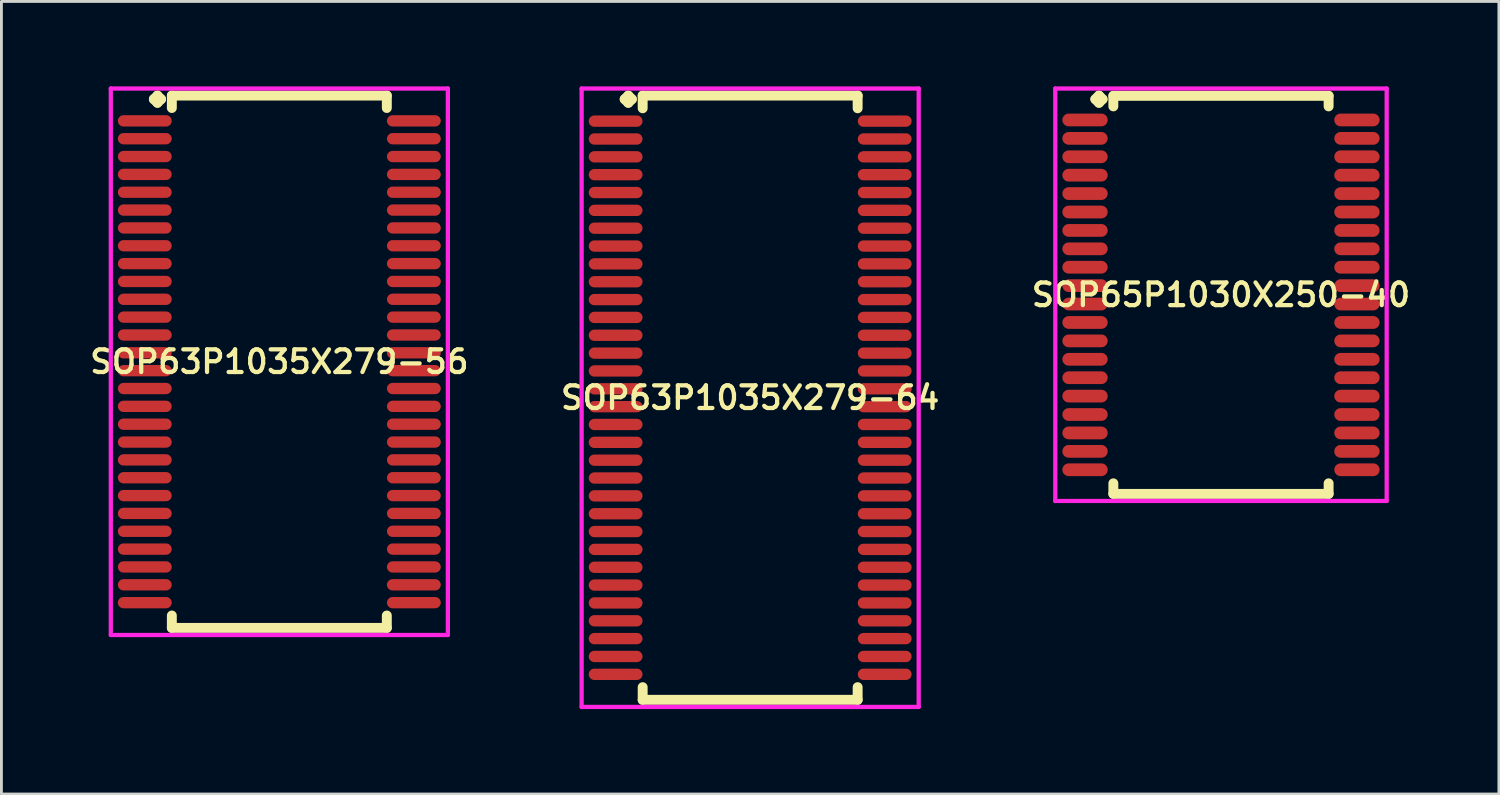
<source format=kicad_pcb>
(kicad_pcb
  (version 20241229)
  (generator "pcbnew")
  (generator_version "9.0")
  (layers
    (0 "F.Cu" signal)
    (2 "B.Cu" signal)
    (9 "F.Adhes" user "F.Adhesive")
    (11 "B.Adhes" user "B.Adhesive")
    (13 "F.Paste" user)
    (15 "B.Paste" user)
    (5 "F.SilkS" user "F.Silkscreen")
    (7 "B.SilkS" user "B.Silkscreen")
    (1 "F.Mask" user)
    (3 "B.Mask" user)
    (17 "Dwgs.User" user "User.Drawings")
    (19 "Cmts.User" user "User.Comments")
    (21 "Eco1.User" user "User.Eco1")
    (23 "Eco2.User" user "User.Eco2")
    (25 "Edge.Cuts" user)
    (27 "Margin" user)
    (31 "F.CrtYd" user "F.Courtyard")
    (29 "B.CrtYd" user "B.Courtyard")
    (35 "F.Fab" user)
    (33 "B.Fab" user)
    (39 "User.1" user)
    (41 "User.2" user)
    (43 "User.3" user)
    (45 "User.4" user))
  (footprint "SOP65P1030X250-40"
    (layer "F.Cu")
    (at 40.058 7.36)
    (property "Reference" "SOP65P1030X250-40" (at 0 0 0) (layer "F.SilkS") (effects (font (size 0.8 0.8) (thickness 0.15))))
    (attr smd)
    (fp_line (start -4.435 -6.908) (end -4.308 -7.035) (stroke (width 0.35) (type solid)) (layer "F.SilkS"))
    (fp_line (start -4.308 -7.035) (end -4.181 -6.908) (stroke (width 0.35) (type solid)) (layer "F.SilkS"))
    (fp_line (start -4.308 -6.781) (end -4.435 -6.908) (stroke (width 0.35) (type solid)) (layer "F.SilkS"))
    (fp_line (start -4.181 -6.908) (end -4.308 -6.781) (stroke (width 0.35) (type solid)) (layer "F.SilkS"))
    (fp_line (start -3.8 -7.027) (end 3.8 -7.027) (stroke (width 0.35) (type solid)) (layer "F.SilkS"))
    (fp_line (start -3.8 -6.654) (end -3.8 -7.027) (stroke (width 0.35) (type solid)) (layer "F.SilkS"))
    (fp_line (start -3.8 6.654) (end -3.8 7.027) (stroke (width 0.35) (type solid)) (layer "F.SilkS"))
    (fp_line (start -3.8 7.027) (end 3.8 7.027) (stroke (width 0.35) (type solid)) (layer "F.SilkS"))
    (fp_line (start 3.8 -7.027) (end 3.8 -6.654) (stroke (width 0.35) (type solid)) (layer "F.SilkS"))
    (fp_line (start 3.8 7.027) (end 3.8 6.654) (stroke (width 0.35) (type solid)) (layer "F.SilkS"))
    (fp_line (start -5.85 -7.285) (end 5.85 -7.285) (stroke (width 0.15) (type solid)) (layer "F.CrtYd"))
    (fp_line (start -5.85 7.277) (end -5.85 -7.285) (stroke (width 0.15) (type solid)) (layer "F.CrtYd"))
    (fp_line (start 5.85 -7.285) (end 5.85 7.277) (stroke (width 0.15) (type solid)) (layer "F.CrtYd"))
    (fp_line (start 5.85 7.277) (end -5.85 7.277) (stroke (width 0.15) (type solid)) (layer "F.CrtYd"))
    (pad "1" smd oval (at -4.8 -6.175) (size 1.6 0.45) (layers "F.Cu" "F.Mask" "F.Paste"))
    (pad "2" smd oval (at -4.8 -5.525) (size 1.6 0.45) (layers "F.Cu" "F.Mask" "F.Paste"))
    (pad "3" smd oval (at -4.8 -4.875) (size 1.6 0.45) (layers "F.Cu" "F.Mask" "F.Paste"))
    (pad "4" smd oval (at -4.8 -4.225) (size 1.6 0.45) (layers "F.Cu" "F.Mask" "F.Paste"))
    (pad "5" smd oval (at -4.8 -3.575) (size 1.6 0.45) (layers "F.Cu" "F.Mask" "F.Paste"))
    (pad "6" smd oval (at -4.8 -2.925) (size 1.6 0.45) (layers "F.Cu" "F.Mask" "F.Paste"))
    (pad "7" smd oval (at -4.8 -2.275) (size 1.6 0.45) (layers "F.Cu" "F.Mask" "F.Paste"))
    (pad "8" smd oval (at -4.8 -1.625) (size 1.6 0.45) (layers "F.Cu" "F.Mask" "F.Paste"))
    (pad "9" smd oval (at -4.8 -0.975) (size 1.6 0.45) (layers "F.Cu" "F.Mask" "F.Paste"))
    (pad "10" smd oval (at -4.8 -0.325) (size 1.6 0.45) (layers "F.Cu" "F.Mask" "F.Paste"))
    (pad "11" smd oval (at -4.8 0.325) (size 1.6 0.45) (layers "F.Cu" "F.Mask" "F.Paste"))
    (pad "12" smd oval (at -4.8 0.975) (size 1.6 0.45) (layers "F.Cu" "F.Mask" "F.Paste"))
    (pad "13" smd oval (at -4.8 1.625) (size 1.6 0.45) (layers "F.Cu" "F.Mask" "F.Paste"))
    (pad "14" smd oval (at -4.8 2.275) (size 1.6 0.45) (layers "F.Cu" "F.Mask" "F.Paste"))
    (pad "15" smd oval (at -4.8 2.925) (size 1.6 0.45) (layers "F.Cu" "F.Mask" "F.Paste"))
    (pad "16" smd oval (at -4.8 3.575) (size 1.6 0.45) (layers "F.Cu" "F.Mask" "F.Paste"))
    (pad "17" smd oval (at -4.8 4.225) (size 1.6 0.45) (layers "F.Cu" "F.Mask" "F.Paste"))
    (pad "18" smd oval (at -4.8 4.875) (size 1.6 0.45) (layers "F.Cu" "F.Mask" "F.Paste"))
    (pad "19" smd oval (at -4.8 5.525) (size 1.6 0.45) (layers "F.Cu" "F.Mask" "F.Paste"))
    (pad "20" smd oval (at -4.8 6.175) (size 1.6 0.45) (layers "F.Cu" "F.Mask" "F.Paste"))
    (pad "21" smd oval (at 4.8 6.175) (size 1.6 0.45) (layers "F.Cu" "F.Mask" "F.Paste"))
    (pad "22" smd oval (at 4.8 5.525) (size 1.6 0.45) (layers "F.Cu" "F.Mask" "F.Paste"))
    (pad "23" smd oval (at 4.8 4.875) (size 1.6 0.45) (layers "F.Cu" "F.Mask" "F.Paste"))
    (pad "24" smd oval (at 4.8 4.225) (size 1.6 0.45) (layers "F.Cu" "F.Mask" "F.Paste"))
    (pad "25" smd oval (at 4.8 3.575) (size 1.6 0.45) (layers "F.Cu" "F.Mask" "F.Paste"))
    (pad "26" smd oval (at 4.8 2.925) (size 1.6 0.45) (layers "F.Cu" "F.Mask" "F.Paste"))
    (pad "27" smd oval (at 4.8 2.275) (size 1.6 0.45) (layers "F.Cu" "F.Mask" "F.Paste"))
    (pad "28" smd oval (at 4.8 1.625) (size 1.6 0.45) (layers "F.Cu" "F.Mask" "F.Paste"))
    (pad "29" smd oval (at 4.8 0.975) (size 1.6 0.45) (layers "F.Cu" "F.Mask" "F.Paste"))
    (pad "30" smd oval (at 4.8 0.325) (size 1.6 0.45) (layers "F.Cu" "F.Mask" "F.Paste"))
    (pad "31" smd oval (at 4.8 -0.325) (size 1.6 0.45) (layers "F.Cu" "F.Mask" "F.Paste"))
    (pad "32" smd oval (at 4.8 -0.975) (size 1.6 0.45) (layers "F.Cu" "F.Mask" "F.Paste"))
    (pad "33" smd oval (at 4.8 -1.625) (size 1.6 0.45) (layers "F.Cu" "F.Mask" "F.Paste"))
    (pad "34" smd oval (at 4.8 -2.275) (size 1.6 0.45) (layers "F.Cu" "F.Mask" "F.Paste"))
    (pad "35" smd oval (at 4.8 -2.925) (size 1.6 0.45) (layers "F.Cu" "F.Mask" "F.Paste"))
    (pad "36" smd oval (at 4.8 -3.575) (size 1.6 0.45) (layers "F.Cu" "F.Mask" "F.Paste"))
    (pad "37" smd oval (at 4.8 -4.225) (size 1.6 0.45) (layers "F.Cu" "F.Mask" "F.Paste"))
    (pad "38" smd oval (at 4.8 -4.875) (size 1.6 0.45) (layers "F.Cu" "F.Mask" "F.Paste"))
    (pad "39" smd oval (at 4.8 -5.525) (size 1.6 0.45) (layers "F.Cu" "F.Mask" "F.Paste"))
    (pad "40" smd oval (at 4.8 -6.175) (size 1.6 0.45) (layers "F.Cu" "F.Mask" "F.Paste")))
  (footprint "SOP63P1035X279-64"
    (layer "F.Cu")
    (at 23.435 10.992)
    (property "Reference" "SOP63P1035X279-64" (at 0 0 0) (layer "F.SilkS") (effects (font (size 0.8 0.8) (thickness 0.15))))
    (attr smd)
    (fp_line (start -4.43 -10.54) (end -4.303 -10.667) (stroke (width 0.35) (type solid)) (layer "F.SilkS"))
    (fp_line (start -4.303 -10.667) (end -4.176 -10.54) (stroke (width 0.35) (type solid)) (layer "F.SilkS"))
    (fp_line (start -4.303 -10.413) (end -4.43 -10.54) (stroke (width 0.35) (type solid)) (layer "F.SilkS"))
    (fp_line (start -4.176 -10.54) (end -4.303 -10.413) (stroke (width 0.35) (type solid)) (layer "F.SilkS"))
    (fp_line (start -3.795 -10.667) (end 3.795 -10.667) (stroke (width 0.35) (type solid)) (layer "F.SilkS"))
    (fp_line (start -3.795 -10.219) (end -3.795 -10.667) (stroke (width 0.35) (type solid)) (layer "F.SilkS"))
    (fp_line (start -3.795 10.219) (end -3.795 10.667) (stroke (width 0.35) (type solid)) (layer "F.SilkS"))
    (fp_line (start -3.795 10.667) (end 3.795 10.667) (stroke (width 0.35) (type solid)) (layer "F.SilkS"))
    (fp_line (start 3.795 -10.667) (end 3.795 -10.219) (stroke (width 0.35) (type solid)) (layer "F.SilkS"))
    (fp_line (start 3.795 10.667) (end 3.795 10.219) (stroke (width 0.35) (type solid)) (layer "F.SilkS"))
    (fp_line (start -5.95 -10.917) (end 5.95 -10.917) (stroke (width 0.15) (type solid)) (layer "F.CrtYd"))
    (fp_line (start -5.95 10.917) (end -5.95 -10.917) (stroke (width 0.15) (type solid)) (layer "F.CrtYd"))
    (fp_line (start 5.95 -10.917) (end 5.95 10.917) (stroke (width 0.15) (type solid)) (layer "F.CrtYd"))
    (fp_line (start 5.95 10.917) (end -5.95 10.917) (stroke (width 0.15) (type solid)) (layer "F.CrtYd"))
    (pad "1" smd oval (at -4.75 -9.765) (size 1.9 0.4) (layers "F.Cu" "F.Mask" "F.Paste"))
    (pad "2" smd oval (at -4.75 -9.135) (size 1.9 0.4) (layers "F.Cu" "F.Mask" "F.Paste"))
    (pad "3" smd oval (at -4.75 -8.505) (size 1.9 0.4) (layers "F.Cu" "F.Mask" "F.Paste"))
    (pad "4" smd oval (at -4.75 -7.875) (size 1.9 0.4) (layers "F.Cu" "F.Mask" "F.Paste"))
    (pad "5" smd oval (at -4.75 -7.245) (size 1.9 0.4) (layers "F.Cu" "F.Mask" "F.Paste"))
    (pad "6" smd oval (at -4.75 -6.615) (size 1.9 0.4) (layers "F.Cu" "F.Mask" "F.Paste"))
    (pad "7" smd oval (at -4.75 -5.985) (size 1.9 0.4) (layers "F.Cu" "F.Mask" "F.Paste"))
    (pad "8" smd oval (at -4.75 -5.355) (size 1.9 0.4) (layers "F.Cu" "F.Mask" "F.Paste"))
    (pad "9" smd oval (at -4.75 -4.725) (size 1.9 0.4) (layers "F.Cu" "F.Mask" "F.Paste"))
    (pad "10" smd oval (at -4.75 -4.095) (size 1.9 0.4) (layers "F.Cu" "F.Mask" "F.Paste"))
    (pad "11" smd oval (at -4.75 -3.465) (size 1.9 0.4) (layers "F.Cu" "F.Mask" "F.Paste"))
    (pad "12" smd oval (at -4.75 -2.835) (size 1.9 0.4) (layers "F.Cu" "F.Mask" "F.Paste"))
    (pad "13" smd oval (at -4.75 -2.205) (size 1.9 0.4) (layers "F.Cu" "F.Mask" "F.Paste"))
    (pad "14" smd oval (at -4.75 -1.575) (size 1.9 0.4) (layers "F.Cu" "F.Mask" "F.Paste"))
    (pad "15" smd oval (at -4.75 -0.945) (size 1.9 0.4) (layers "F.Cu" "F.Mask" "F.Paste"))
    (pad "16" smd oval (at -4.75 -0.315) (size 1.9 0.4) (layers "F.Cu" "F.Mask" "F.Paste"))
    (pad "17" smd oval (at -4.75 0.315) (size 1.9 0.4) (layers "F.Cu" "F.Mask" "F.Paste"))
    (pad "18" smd oval (at -4.75 0.945) (size 1.9 0.4) (layers "F.Cu" "F.Mask" "F.Paste"))
    (pad "19" smd oval (at -4.75 1.575) (size 1.9 0.4) (layers "F.Cu" "F.Mask" "F.Paste"))
    (pad "20" smd oval (at -4.75 2.205) (size 1.9 0.4) (layers "F.Cu" "F.Mask" "F.Paste"))
    (pad "21" smd oval (at -4.75 2.835) (size 1.9 0.4) (layers "F.Cu" "F.Mask" "F.Paste"))
    (pad "22" smd oval (at -4.75 3.465) (size 1.9 0.4) (layers "F.Cu" "F.Mask" "F.Paste"))
    (pad "23" smd oval (at -4.75 4.095) (size 1.9 0.4) (layers "F.Cu" "F.Mask" "F.Paste"))
    (pad "24" smd oval (at -4.75 4.725) (size 1.9 0.4) (layers "F.Cu" "F.Mask" "F.Paste"))
    (pad "25" smd oval (at -4.75 5.355) (size 1.9 0.4) (layers "F.Cu" "F.Mask" "F.Paste"))
    (pad "26" smd oval (at -4.75 5.985) (size 1.9 0.4) (layers "F.Cu" "F.Mask" "F.Paste"))
    (pad "27" smd oval (at -4.75 6.615) (size 1.9 0.4) (layers "F.Cu" "F.Mask" "F.Paste"))
    (pad "28" smd oval (at -4.75 7.245) (size 1.9 0.4) (layers "F.Cu" "F.Mask" "F.Paste"))
    (pad "29" smd oval (at -4.75 7.875) (size 1.9 0.4) (layers "F.Cu" "F.Mask" "F.Paste"))
    (pad "30" smd oval (at -4.75 8.505) (size 1.9 0.4) (layers "F.Cu" "F.Mask" "F.Paste"))
    (pad "31" smd oval (at -4.75 9.135) (size 1.9 0.4) (layers "F.Cu" "F.Mask" "F.Paste"))
    (pad "32" smd oval (at -4.75 9.765) (size 1.9 0.4) (layers "F.Cu" "F.Mask" "F.Paste"))
    (pad "33" smd oval (at 4.75 9.765) (size 1.9 0.4) (layers "F.Cu" "F.Mask" "F.Paste"))
    (pad "34" smd oval (at 4.75 9.135) (size 1.9 0.4) (layers "F.Cu" "F.Mask" "F.Paste"))
    (pad "35" smd oval (at 4.75 8.505) (size 1.9 0.4) (layers "F.Cu" "F.Mask" "F.Paste"))
    (pad "36" smd oval (at 4.75 7.875) (size 1.9 0.4) (layers "F.Cu" "F.Mask" "F.Paste"))
    (pad "37" smd oval (at 4.75 7.245) (size 1.9 0.4) (layers "F.Cu" "F.Mask" "F.Paste"))
    (pad "38" smd oval (at 4.75 6.615) (size 1.9 0.4) (layers "F.Cu" "F.Mask" "F.Paste"))
    (pad "39" smd oval (at 4.75 5.985) (size 1.9 0.4) (layers "F.Cu" "F.Mask" "F.Paste"))
    (pad "40" smd oval (at 4.75 5.355) (size 1.9 0.4) (layers "F.Cu" "F.Mask" "F.Paste"))
    (pad "41" smd oval (at 4.75 4.725) (size 1.9 0.4) (layers "F.Cu" "F.Mask" "F.Paste"))
    (pad "42" smd oval (at 4.75 4.095) (size 1.9 0.4) (layers "F.Cu" "F.Mask" "F.Paste"))
    (pad "43" smd oval (at 4.75 3.465) (size 1.9 0.4) (layers "F.Cu" "F.Mask" "F.Paste"))
    (pad "44" smd oval (at 4.75 2.835) (size 1.9 0.4) (layers "F.Cu" "F.Mask" "F.Paste"))
    (pad "45" smd oval (at 4.75 2.205) (size 1.9 0.4) (layers "F.Cu" "F.Mask" "F.Paste"))
    (pad "46" smd oval (at 4.75 1.575) (size 1.9 0.4) (layers "F.Cu" "F.Mask" "F.Paste"))
    (pad "47" smd oval (at 4.75 0.945) (size 1.9 0.4) (layers "F.Cu" "F.Mask" "F.Paste"))
    (pad "48" smd oval (at 4.75 0.315) (size 1.9 0.4) (layers "F.Cu" "F.Mask" "F.Paste"))
    (pad "49" smd oval (at 4.75 -0.315) (size 1.9 0.4) (layers "F.Cu" "F.Mask" "F.Paste"))
    (pad "50" smd oval (at 4.75 -0.945) (size 1.9 0.4) (layers "F.Cu" "F.Mask" "F.Paste"))
    (pad "51" smd oval (at 4.75 -1.575) (size 1.9 0.4) (layers "F.Cu" "F.Mask" "F.Paste"))
    (pad "52" smd oval (at 4.75 -2.205) (size 1.9 0.4) (layers "F.Cu" "F.Mask" "F.Paste"))
    (pad "53" smd oval (at 4.75 -2.835) (size 1.9 0.4) (layers "F.Cu" "F.Mask" "F.Paste"))
    (pad "54" smd oval (at 4.75 -3.465) (size 1.9 0.4) (layers "F.Cu" "F.Mask" "F.Paste"))
    (pad "55" smd oval (at 4.75 -4.095) (size 1.9 0.4) (layers "F.Cu" "F.Mask" "F.Paste"))
    (pad "56" smd oval (at 4.75 -4.725) (size 1.9 0.4) (layers "F.Cu" "F.Mask" "F.Paste"))
    (pad "57" smd oval (at 4.75 -5.355) (size 1.9 0.4) (layers "F.Cu" "F.Mask" "F.Paste"))
    (pad "58" smd oval (at 4.75 -5.985) (size 1.9 0.4) (layers "F.Cu" "F.Mask" "F.Paste"))
    (pad "59" smd oval (at 4.75 -6.615) (size 1.9 0.4) (layers "F.Cu" "F.Mask" "F.Paste"))
    (pad "60" smd oval (at 4.75 -7.245) (size 1.9 0.4) (layers "F.Cu" "F.Mask" "F.Paste"))
    (pad "61" smd oval (at 4.75 -7.875) (size 1.9 0.4) (layers "F.Cu" "F.Mask" "F.Paste"))
    (pad "62" smd oval (at 4.75 -8.505) (size 1.9 0.4) (layers "F.Cu" "F.Mask" "F.Paste"))
    (pad "63" smd oval (at 4.75 -9.135) (size 1.9 0.4) (layers "F.Cu" "F.Mask" "F.Paste"))
    (pad "64" smd oval (at 4.75 -9.765) (size 1.9 0.4) (layers "F.Cu" "F.Mask" "F.Paste")))
  (footprint "SOP63P1035X279-56"
    (layer "F.Cu")
    (at 6.812 9.722)
    (property "Reference" "SOP63P1035X279-56" (at 0 0 0) (layer "F.SilkS") (effects (font (size 0.8 0.8) (thickness 0.15))))
    (attr smd)
    (fp_line (start -4.43 -9.27) (end -4.303 -9.397) (stroke (width 0.35) (type solid)) (layer "F.SilkS"))
    (fp_line (start -4.303 -9.397) (end -4.176 -9.27) (stroke (width 0.35) (type solid)) (layer "F.SilkS"))
    (fp_line (start -4.303 -9.143) (end -4.43 -9.27) (stroke (width 0.35) (type solid)) (layer "F.SilkS"))
    (fp_line (start -4.176 -9.27) (end -4.303 -9.143) (stroke (width 0.35) (type solid)) (layer "F.SilkS"))
    (fp_line (start -3.795 -9.397) (end 3.795 -9.397) (stroke (width 0.35) (type solid)) (layer "F.SilkS"))
    (fp_line (start -3.795 -8.959) (end -3.795 -9.397) (stroke (width 0.35) (type solid)) (layer "F.SilkS"))
    (fp_line (start -3.795 8.959) (end -3.795 9.397) (stroke (width 0.35) (type solid)) (layer "F.SilkS"))
    (fp_line (start -3.795 9.397) (end 3.795 9.397) (stroke (width 0.35) (type solid)) (layer "F.SilkS"))
    (fp_line (start 3.795 -9.397) (end 3.795 -8.959) (stroke (width 0.35) (type solid)) (layer "F.SilkS"))
    (fp_line (start 3.795 9.397) (end 3.795 8.959) (stroke (width 0.35) (type solid)) (layer "F.SilkS"))
    (fp_line (start -5.95 -9.647) (end 5.95 -9.647) (stroke (width 0.15) (type solid)) (layer "F.CrtYd"))
    (fp_line (start -5.95 9.647) (end -5.95 -9.647) (stroke (width 0.15) (type solid)) (layer "F.CrtYd"))
    (fp_line (start 5.95 -9.647) (end 5.95 9.647) (stroke (width 0.15) (type solid)) (layer "F.CrtYd"))
    (fp_line (start 5.95 9.647) (end -5.95 9.647) (stroke (width 0.15) (type solid)) (layer "F.CrtYd"))
    (pad "1" smd oval (at -4.75 -8.505) (size 1.9 0.4) (layers "F.Cu" "F.Mask" "F.Paste"))
    (pad "2" smd oval (at -4.75 -7.875) (size 1.9 0.4) (layers "F.Cu" "F.Mask" "F.Paste"))
    (pad "3" smd oval (at -4.75 -7.245) (size 1.9 0.4) (layers "F.Cu" "F.Mask" "F.Paste"))
    (pad "4" smd oval (at -4.75 -6.615) (size 1.9 0.4) (layers "F.Cu" "F.Mask" "F.Paste"))
    (pad "5" smd oval (at -4.75 -5.985) (size 1.9 0.4) (layers "F.Cu" "F.Mask" "F.Paste"))
    (pad "6" smd oval (at -4.75 -5.355) (size 1.9 0.4) (layers "F.Cu" "F.Mask" "F.Paste"))
    (pad "7" smd oval (at -4.75 -4.725) (size 1.9 0.4) (layers "F.Cu" "F.Mask" "F.Paste"))
    (pad "8" smd oval (at -4.75 -4.095) (size 1.9 0.4) (layers "F.Cu" "F.Mask" "F.Paste"))
    (pad "9" smd oval (at -4.75 -3.465) (size 1.9 0.4) (layers "F.Cu" "F.Mask" "F.Paste"))
    (pad "10" smd oval (at -4.75 -2.835) (size 1.9 0.4) (layers "F.Cu" "F.Mask" "F.Paste"))
    (pad "11" smd oval (at -4.75 -2.205) (size 1.9 0.4) (layers "F.Cu" "F.Mask" "F.Paste"))
    (pad "12" smd oval (at -4.75 -1.575) (size 1.9 0.4) (layers "F.Cu" "F.Mask" "F.Paste"))
    (pad "13" smd oval (at -4.75 -0.945) (size 1.9 0.4) (layers "F.Cu" "F.Mask" "F.Paste"))
    (pad "14" smd oval (at -4.75 -0.315) (size 1.9 0.4) (layers "F.Cu" "F.Mask" "F.Paste"))
    (pad "15" smd oval (at -4.75 0.315) (size 1.9 0.4) (layers "F.Cu" "F.Mask" "F.Paste"))
    (pad "16" smd oval (at -4.75 0.945) (size 1.9 0.4) (layers "F.Cu" "F.Mask" "F.Paste"))
    (pad "17" smd oval (at -4.75 1.575) (size 1.9 0.4) (layers "F.Cu" "F.Mask" "F.Paste"))
    (pad "18" smd oval (at -4.75 2.205) (size 1.9 0.4) (layers "F.Cu" "F.Mask" "F.Paste"))
    (pad "19" smd oval (at -4.75 2.835) (size 1.9 0.4) (layers "F.Cu" "F.Mask" "F.Paste"))
    (pad "20" smd oval (at -4.75 3.465) (size 1.9 0.4) (layers "F.Cu" "F.Mask" "F.Paste"))
    (pad "21" smd oval (at -4.75 4.095) (size 1.9 0.4) (layers "F.Cu" "F.Mask" "F.Paste"))
    (pad "22" smd oval (at -4.75 4.725) (size 1.9 0.4) (layers "F.Cu" "F.Mask" "F.Paste"))
    (pad "23" smd oval (at -4.75 5.355) (size 1.9 0.4) (layers "F.Cu" "F.Mask" "F.Paste"))
    (pad "24" smd oval (at -4.75 5.985) (size 1.9 0.4) (layers "F.Cu" "F.Mask" "F.Paste"))
    (pad "25" smd oval (at -4.75 6.615) (size 1.9 0.4) (layers "F.Cu" "F.Mask" "F.Paste"))
    (pad "26" smd oval (at -4.75 7.245) (size 1.9 0.4) (layers "F.Cu" "F.Mask" "F.Paste"))
    (pad "27" smd oval (at -4.75 7.875) (size 1.9 0.4) (layers "F.Cu" "F.Mask" "F.Paste"))
    (pad "28" smd oval (at -4.75 8.505) (size 1.9 0.4) (layers "F.Cu" "F.Mask" "F.Paste"))
    (pad "29" smd oval (at 4.75 8.505) (size 1.9 0.4) (layers "F.Cu" "F.Mask" "F.Paste"))
    (pad "30" smd oval (at 4.75 7.875) (size 1.9 0.4) (layers "F.Cu" "F.Mask" "F.Paste"))
    (pad "31" smd oval (at 4.75 7.245) (size 1.9 0.4) (layers "F.Cu" "F.Mask" "F.Paste"))
    (pad "32" smd oval (at 4.75 6.615) (size 1.9 0.4) (layers "F.Cu" "F.Mask" "F.Paste"))
    (pad "33" smd oval (at 4.75 5.985) (size 1.9 0.4) (layers "F.Cu" "F.Mask" "F.Paste"))
    (pad "34" smd oval (at 4.75 5.355) (size 1.9 0.4) (layers "F.Cu" "F.Mask" "F.Paste"))
    (pad "35" smd oval (at 4.75 4.725) (size 1.9 0.4) (layers "F.Cu" "F.Mask" "F.Paste"))
    (pad "36" smd oval (at 4.75 4.095) (size 1.9 0.4) (layers "F.Cu" "F.Mask" "F.Paste"))
    (pad "37" smd oval (at 4.75 3.465) (size 1.9 0.4) (layers "F.Cu" "F.Mask" "F.Paste"))
    (pad "38" smd oval (at 4.75 2.835) (size 1.9 0.4) (layers "F.Cu" "F.Mask" "F.Paste"))
    (pad "39" smd oval (at 4.75 2.205) (size 1.9 0.4) (layers "F.Cu" "F.Mask" "F.Paste"))
    (pad "40" smd oval (at 4.75 1.575) (size 1.9 0.4) (layers "F.Cu" "F.Mask" "F.Paste"))
    (pad "41" smd oval (at 4.75 0.945) (size 1.9 0.4) (layers "F.Cu" "F.Mask" "F.Paste"))
    (pad "42" smd oval (at 4.75 0.315) (size 1.9 0.4) (layers "F.Cu" "F.Mask" "F.Paste"))
    (pad "43" smd oval (at 4.75 -0.315) (size 1.9 0.4) (layers "F.Cu" "F.Mask" "F.Paste"))
    (pad "44" smd oval (at 4.75 -0.945) (size 1.9 0.4) (layers "F.Cu" "F.Mask" "F.Paste"))
    (pad "45" smd oval (at 4.75 -1.575) (size 1.9 0.4) (layers "F.Cu" "F.Mask" "F.Paste"))
    (pad "46" smd oval (at 4.75 -2.205) (size 1.9 0.4) (layers "F.Cu" "F.Mask" "F.Paste"))
    (pad "47" smd oval (at 4.75 -2.835) (size 1.9 0.4) (layers "F.Cu" "F.Mask" "F.Paste"))
    (pad "48" smd oval (at 4.75 -3.465) (size 1.9 0.4) (layers "F.Cu" "F.Mask" "F.Paste"))
    (pad "49" smd oval (at 4.75 -4.095) (size 1.9 0.4) (layers "F.Cu" "F.Mask" "F.Paste"))
    (pad "50" smd oval (at 4.75 -4.725) (size 1.9 0.4) (layers "F.Cu" "F.Mask" "F.Paste"))
    (pad "51" smd oval (at 4.75 -5.355) (size 1.9 0.4) (layers "F.Cu" "F.Mask" "F.Paste"))
    (pad "52" smd oval (at 4.75 -5.985) (size 1.9 0.4) (layers "F.Cu" "F.Mask" "F.Paste"))
    (pad "53" smd oval (at 4.75 -6.615) (size 1.9 0.4) (layers "F.Cu" "F.Mask" "F.Paste"))
    (pad "54" smd oval (at 4.75 -7.245) (size 1.9 0.4) (layers "F.Cu" "F.Mask" "F.Paste"))
    (pad "55" smd oval (at 4.75 -7.875) (size 1.9 0.4) (layers "F.Cu" "F.Mask" "F.Paste"))
    (pad "56" smd oval (at 4.75 -8.505) (size 1.9 0.4) (layers "F.Cu" "F.Mask" "F.Paste")))
  (gr_rect
    (start -3 -3)
    (end 49.87 24.984)
    (stroke (width 0.1) (type default))
    (fill no)
    (layer "Edge.Cuts")))
</source>
